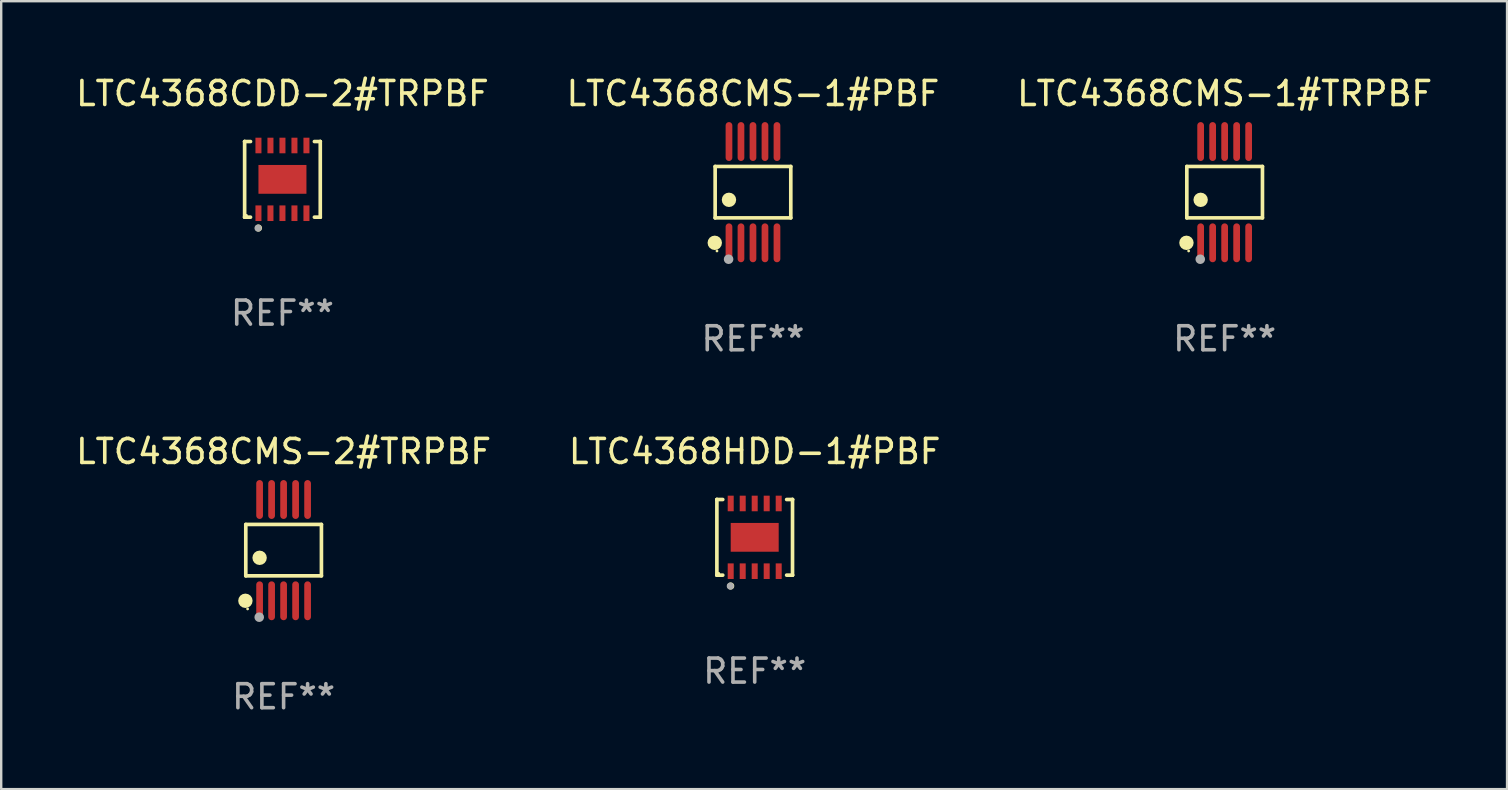
<source format=kicad_pcb>
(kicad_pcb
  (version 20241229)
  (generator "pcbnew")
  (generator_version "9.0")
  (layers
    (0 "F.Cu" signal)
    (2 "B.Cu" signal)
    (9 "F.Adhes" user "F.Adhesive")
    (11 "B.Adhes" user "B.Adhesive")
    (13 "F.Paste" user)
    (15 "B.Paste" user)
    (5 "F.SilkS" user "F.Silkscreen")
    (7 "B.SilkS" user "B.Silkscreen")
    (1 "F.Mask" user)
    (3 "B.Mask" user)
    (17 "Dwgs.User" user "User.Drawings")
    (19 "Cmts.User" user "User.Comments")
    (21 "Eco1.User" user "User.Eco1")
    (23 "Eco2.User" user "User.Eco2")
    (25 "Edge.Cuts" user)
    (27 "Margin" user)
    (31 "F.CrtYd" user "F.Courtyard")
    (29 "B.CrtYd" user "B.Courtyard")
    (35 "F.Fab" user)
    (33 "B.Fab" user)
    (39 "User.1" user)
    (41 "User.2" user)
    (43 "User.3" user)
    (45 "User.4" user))
  (footprint "LTC4368CDD-2#TRPBF"
    (layer "F.Cu")
    (at 8.72 4.424)
    (property "Reference" "LTC4368CDD-2#TRPBF" (at 0 -3.576 0) (layer "F.SilkS") (effects (font (size 1 1) (thickness 0.15))))
    (attr through_hole)
    (fp_line (start -1.576 -1.576) (end -1.576 -1.576) (stroke (width 0.152) (type solid)) (layer "F.SilkS"))
    (fp_line (start -1.576 -1.576) (end -1.331 -1.576) (stroke (width 0.152) (type solid)) (layer "F.SilkS"))
    (fp_line (start -1.576 1.576) (end -1.576 -1.576) (stroke (width 0.152) (type solid)) (layer "F.SilkS"))
    (fp_line (start -1.576 1.576) (end -1.576 1.576) (stroke (width 0.152) (type solid)) (layer "F.SilkS"))
    (fp_line (start -1.331 1.576) (end -1.576 1.576) (stroke (width 0.152) (type solid)) (layer "F.SilkS"))
    (fp_line (start 1.331 1.576) (end 1.576 1.576) (stroke (width 0.152) (type solid)) (layer "F.SilkS"))
    (fp_line (start 1.576 -1.576) (end 1.331 -1.576) (stroke (width 0.152) (type solid)) (layer "F.SilkS"))
    (fp_line (start 1.576 -1.576) (end 1.576 -1.576) (stroke (width 0.152) (type solid)) (layer "F.SilkS"))
    (fp_line (start 1.576 1.576) (end 1.576 -1.576) (stroke (width 0.152) (type solid)) (layer "F.SilkS"))
    (fp_line (start 1.576 1.576) (end 1.576 1.576) (stroke (width 0.152) (type solid)) (layer "F.SilkS"))
    (fp_circle (center -1.5 1.5) (end -1.47 1.5) (stroke (width 0.06) (type solid)) (fill no) (layer "F.SilkS"))
    (fp_circle (center -1 2.028) (end -0.925 2.028) (stroke (width 0.15) (type solid)) (fill no) (layer "F.SilkS"))
    (fp_circle (center -1.016 2.032) (end -0.941 2.032) (stroke (width 0.15) (type solid)) (fill no) (layer "F.Fab"))
    (fp_text user "REF**" (at 0 5.576 0) (layer "F.Fab") (effects (font (size 1 1) (thickness 0.15))))
    (pad "1" smd rect (at -1 1.411) (size 0.25 0.65) (layers "F.Cu" "F.Mask" "F.Paste"))
    (pad "2" smd rect (at -0.5 1.411) (size 0.25 0.65) (layers "F.Cu" "F.Mask" "F.Paste"))
    (pad "3" smd rect (at 0 1.411) (size 0.25 0.65) (layers "F.Cu" "F.Mask" "F.Paste"))
    (pad "4" smd rect (at 0.5 1.411) (size 0.25 0.65) (layers "F.Cu" "F.Mask" "F.Paste"))
    (pad "5" smd rect (at 1 1.411) (size 0.25 0.65) (layers "F.Cu" "F.Mask" "F.Paste"))
    (pad "6" smd rect (at 1 -1.411) (size 0.25 0.65) (layers "F.Cu" "F.Mask" "F.Paste"))
    (pad "7" smd rect (at 0.5 -1.411) (size 0.25 0.65) (layers "F.Cu" "F.Mask" "F.Paste"))
    (pad "8" smd rect (at 0 -1.411) (size 0.25 0.65) (layers "F.Cu" "F.Mask" "F.Paste"))
    (pad "9" smd rect (at -0.5 -1.411) (size 0.25 0.65) (layers "F.Cu" "F.Mask" "F.Paste"))
    (pad "10" smd rect (at -1 -1.411) (size 0.25 0.65) (layers "F.Cu" "F.Mask" "F.Paste"))
    (pad "11" smd rect (at 0 0) (size 2 1.2) (layers "F.Cu" "F.Mask" "F.Paste")))
  (footprint "LTC4368HDD-1#PBF"
    (layer "F.Cu")
    (at 28.399 19.341)
    (property "Reference" "LTC4368HDD-1#PBF" (at 0 -3.576 0) (layer "F.SilkS") (effects (font (size 1 1) (thickness 0.15))))
    (attr through_hole)
    (fp_line (start -1.576 -1.576) (end -1.576 -1.576) (stroke (width 0.152) (type solid)) (layer "F.SilkS"))
    (fp_line (start -1.576 -1.576) (end -1.331 -1.576) (stroke (width 0.152) (type solid)) (layer "F.SilkS"))
    (fp_line (start -1.576 1.576) (end -1.576 -1.576) (stroke (width 0.152) (type solid)) (layer "F.SilkS"))
    (fp_line (start -1.576 1.576) (end -1.576 1.576) (stroke (width 0.152) (type solid)) (layer "F.SilkS"))
    (fp_line (start -1.331 1.576) (end -1.576 1.576) (stroke (width 0.152) (type solid)) (layer "F.SilkS"))
    (fp_line (start 1.331 1.576) (end 1.576 1.576) (stroke (width 0.152) (type solid)) (layer "F.SilkS"))
    (fp_line (start 1.576 -1.576) (end 1.331 -1.576) (stroke (width 0.152) (type solid)) (layer "F.SilkS"))
    (fp_line (start 1.576 -1.576) (end 1.576 -1.576) (stroke (width 0.152) (type solid)) (layer "F.SilkS"))
    (fp_line (start 1.576 1.576) (end 1.576 -1.576) (stroke (width 0.152) (type solid)) (layer "F.SilkS"))
    (fp_line (start 1.576 1.576) (end 1.576 1.576) (stroke (width 0.152) (type solid)) (layer "F.SilkS"))
    (fp_circle (center -1.5 1.5) (end -1.47 1.5) (stroke (width 0.06) (type solid)) (fill no) (layer "F.SilkS"))
    (fp_circle (center -1 2.028) (end -0.925 2.028) (stroke (width 0.15) (type solid)) (fill no) (layer "F.SilkS"))
    (fp_circle (center -1.016 2.032) (end -0.941 2.032) (stroke (width 0.15) (type solid)) (fill no) (layer "F.Fab"))
    (fp_text user "REF**" (at 0 5.576 0) (layer "F.Fab") (effects (font (size 1 1) (thickness 0.15))))
    (pad "1" smd rect (at -1 1.411) (size 0.25 0.65) (layers "F.Cu" "F.Mask" "F.Paste"))
    (pad "2" smd rect (at -0.5 1.411) (size 0.25 0.65) (layers "F.Cu" "F.Mask" "F.Paste"))
    (pad "3" smd rect (at 0 1.411) (size 0.25 0.65) (layers "F.Cu" "F.Mask" "F.Paste"))
    (pad "4" smd rect (at 0.5 1.411) (size 0.25 0.65) (layers "F.Cu" "F.Mask" "F.Paste"))
    (pad "5" smd rect (at 1 1.411) (size 0.25 0.65) (layers "F.Cu" "F.Mask" "F.Paste"))
    (pad "6" smd rect (at 1 -1.411) (size 0.25 0.65) (layers "F.Cu" "F.Mask" "F.Paste"))
    (pad "7" smd rect (at 0.5 -1.411) (size 0.25 0.65) (layers "F.Cu" "F.Mask" "F.Paste"))
    (pad "8" smd rect (at 0 -1.411) (size 0.25 0.65) (layers "F.Cu" "F.Mask" "F.Paste"))
    (pad "9" smd rect (at -0.5 -1.411) (size 0.25 0.65) (layers "F.Cu" "F.Mask" "F.Paste"))
    (pad "10" smd rect (at -1 -1.411) (size 0.25 0.65) (layers "F.Cu" "F.Mask" "F.Paste"))
    (pad "11" smd rect (at 0 0) (size 2 1.2) (layers "F.Cu" "F.Mask" "F.Paste")))
  (footprint "LTC4368CMS-2#TRPBF"
    (layer "F.Cu")
    (at 8.768 19.875)
    (property "Reference" "LTC4368CMS-2#TRPBF" (at 0 -4.11 0) (layer "F.SilkS") (effects (font (size 1 1) (thickness 0.15))))
    (attr through_hole)
    (fp_line (start -1.576 -1.071) (end 1.576 -1.071) (stroke (width 0.152) (type solid)) (layer "F.SilkS"))
    (fp_line (start -1.576 1.071) (end -1.576 -1.071) (stroke (width 0.152) (type solid)) (layer "F.SilkS"))
    (fp_line (start 1.576 -1.071) (end 1.576 1.071) (stroke (width 0.152) (type solid)) (layer "F.SilkS"))
    (fp_line (start 1.576 1.071) (end -1.576 1.071) (stroke (width 0.152) (type solid)) (layer "F.SilkS"))
    (fp_circle (center -1.592 2.11) (end -1.442 2.11) (stroke (width 0.3) (type solid)) (fill no) (layer "F.SilkS"))
    (fp_circle (center -1.5 2.45) (end -1.47 2.45) (stroke (width 0.06) (type solid)) (fill no) (layer "F.SilkS"))
    (fp_circle (center -1 0.319) (end -0.85 0.319) (stroke (width 0.3) (type solid)) (fill no) (layer "F.SilkS"))
    (fp_circle (center -1.016 2.794) (end -0.916 2.794) (stroke (width 0.2) (type solid)) (fill no) (layer "F.Fab"))
    (fp_text user "REF**" (at 0 6.11 0) (layer "F.Fab") (effects (font (size 1 1) (thickness 0.15))))
    (pad "1" smd oval (at -1 2.11) (size 0.28 1.62) (layers "F.Cu" "F.Mask" "F.Paste"))
    (pad "2" smd oval (at -0.5 2.11) (size 0.28 1.62) (layers "F.Cu" "F.Mask" "F.Paste"))
    (pad "3" smd oval (at 0 2.11) (size 0.28 1.62) (layers "F.Cu" "F.Mask" "F.Paste"))
    (pad "4" smd oval (at 0.5 2.11) (size 0.28 1.62) (layers "F.Cu" "F.Mask" "F.Paste"))
    (pad "5" smd oval (at 1 2.11) (size 0.28 1.62) (layers "F.Cu" "F.Mask" "F.Paste"))
    (pad "6" smd oval (at 1 -2.11) (size 0.28 1.62) (layers "F.Cu" "F.Mask" "F.Paste"))
    (pad "7" smd oval (at 0.5 -2.11) (size 0.28 1.62) (layers "F.Cu" "F.Mask" "F.Paste"))
    (pad "8" smd oval (at 0 -2.11) (size 0.28 1.62) (layers "F.Cu" "F.Mask" "F.Paste"))
    (pad "9" smd oval (at -0.5 -2.11) (size 0.28 1.62) (layers "F.Cu" "F.Mask" "F.Paste"))
    (pad "10" smd oval (at -1 -2.11) (size 0.28 1.62) (layers "F.Cu" "F.Mask" "F.Paste")))
  (footprint "LTC4368CMS-1#TRPBF"
    (layer "F.Cu")
    (at 47.982 4.958)
    (property "Reference" "LTC4368CMS-1#TRPBF" (at 0 -4.11 0) (layer "F.SilkS") (effects (font (size 1 1) (thickness 0.15))))
    (attr through_hole)
    (fp_line (start -1.576 -1.071) (end 1.576 -1.071) (stroke (width 0.152) (type solid)) (layer "F.SilkS"))
    (fp_line (start -1.576 1.071) (end -1.576 -1.071) (stroke (width 0.152) (type solid)) (layer "F.SilkS"))
    (fp_line (start 1.576 -1.071) (end 1.576 1.071) (stroke (width 0.152) (type solid)) (layer "F.SilkS"))
    (fp_line (start 1.576 1.071) (end -1.576 1.071) (stroke (width 0.152) (type solid)) (layer "F.SilkS"))
    (fp_circle (center -1.592 2.11) (end -1.442 2.11) (stroke (width 0.3) (type solid)) (fill no) (layer "F.SilkS"))
    (fp_circle (center -1.5 2.45) (end -1.47 2.45) (stroke (width 0.06) (type solid)) (fill no) (layer "F.SilkS"))
    (fp_circle (center -1 0.319) (end -0.85 0.319) (stroke (width 0.3) (type solid)) (fill no) (layer "F.SilkS"))
    (fp_circle (center -1.016 2.794) (end -0.916 2.794) (stroke (width 0.2) (type solid)) (fill no) (layer "F.Fab"))
    (fp_text user "REF**" (at 0 6.11 0) (layer "F.Fab") (effects (font (size 1 1) (thickness 0.15))))
    (pad "1" smd oval (at -1 2.11) (size 0.28 1.62) (layers "F.Cu" "F.Mask" "F.Paste"))
    (pad "2" smd oval (at -0.5 2.11) (size 0.28 1.62) (layers "F.Cu" "F.Mask" "F.Paste"))
    (pad "3" smd oval (at 0 2.11) (size 0.28 1.62) (layers "F.Cu" "F.Mask" "F.Paste"))
    (pad "4" smd oval (at 0.5 2.11) (size 0.28 1.62) (layers "F.Cu" "F.Mask" "F.Paste"))
    (pad "5" smd oval (at 1 2.11) (size 0.28 1.62) (layers "F.Cu" "F.Mask" "F.Paste"))
    (pad "6" smd oval (at 1 -2.11) (size 0.28 1.62) (layers "F.Cu" "F.Mask" "F.Paste"))
    (pad "7" smd oval (at 0.5 -2.11) (size 0.28 1.62) (layers "F.Cu" "F.Mask" "F.Paste"))
    (pad "8" smd oval (at 0 -2.11) (size 0.28 1.62) (layers "F.Cu" "F.Mask" "F.Paste"))
    (pad "9" smd oval (at -0.5 -2.11) (size 0.28 1.62) (layers "F.Cu" "F.Mask" "F.Paste"))
    (pad "10" smd oval (at -1 -2.11) (size 0.28 1.62) (layers "F.Cu" "F.Mask" "F.Paste")))
  (footprint "LTC4368CMS-1#PBF"
    (layer "F.Cu")
    (at 28.327 4.958)
    (property "Reference" "LTC4368CMS-1#PBF" (at 0 -4.11 0) (layer "F.SilkS") (effects (font (size 1 1) (thickness 0.15))))
    (attr through_hole)
    (fp_line (start -1.576 -1.071) (end 1.576 -1.071) (stroke (width 0.152) (type solid)) (layer "F.SilkS"))
    (fp_line (start -1.576 1.071) (end -1.576 -1.071) (stroke (width 0.152) (type solid)) (layer "F.SilkS"))
    (fp_line (start 1.576 -1.071) (end 1.576 1.071) (stroke (width 0.152) (type solid)) (layer "F.SilkS"))
    (fp_line (start 1.576 1.071) (end -1.576 1.071) (stroke (width 0.152) (type solid)) (layer "F.SilkS"))
    (fp_circle (center -1.592 2.11) (end -1.442 2.11) (stroke (width 0.3) (type solid)) (fill no) (layer "F.SilkS"))
    (fp_circle (center -1.5 2.45) (end -1.47 2.45) (stroke (width 0.06) (type solid)) (fill no) (layer "F.SilkS"))
    (fp_circle (center -1 0.319) (end -0.85 0.319) (stroke (width 0.3) (type solid)) (fill no) (layer "F.SilkS"))
    (fp_circle (center -1.016 2.794) (end -0.916 2.794) (stroke (width 0.2) (type solid)) (fill no) (layer "F.Fab"))
    (fp_text user "REF**" (at 0 6.11 0) (layer "F.Fab") (effects (font (size 1 1) (thickness 0.15))))
    (pad "1" smd oval (at -1 2.11) (size 0.28 1.62) (layers "F.Cu" "F.Mask" "F.Paste"))
    (pad "2" smd oval (at -0.5 2.11) (size 0.28 1.62) (layers "F.Cu" "F.Mask" "F.Paste"))
    (pad "3" smd oval (at 0 2.11) (size 0.28 1.62) (layers "F.Cu" "F.Mask" "F.Paste"))
    (pad "4" smd oval (at 0.5 2.11) (size 0.28 1.62) (layers "F.Cu" "F.Mask" "F.Paste"))
    (pad "5" smd oval (at 1 2.11) (size 0.28 1.62) (layers "F.Cu" "F.Mask" "F.Paste"))
    (pad "6" smd oval (at 1 -2.11) (size 0.28 1.62) (layers "F.Cu" "F.Mask" "F.Paste"))
    (pad "7" smd oval (at 0.5 -2.11) (size 0.28 1.62) (layers "F.Cu" "F.Mask" "F.Paste"))
    (pad "8" smd oval (at 0 -2.11) (size 0.28 1.62) (layers "F.Cu" "F.Mask" "F.Paste"))
    (pad "9" smd oval (at -0.5 -2.11) (size 0.28 1.62) (layers "F.Cu" "F.Mask" "F.Paste"))
    (pad "10" smd oval (at -1 -2.11) (size 0.28 1.62) (layers "F.Cu" "F.Mask" "F.Paste")))
  (gr_rect
    (start -3 -3)
    (end 59.75 29.833)
    (stroke (width 0.1) (type default))
    (fill no)
    (layer "Edge.Cuts")))
</source>
